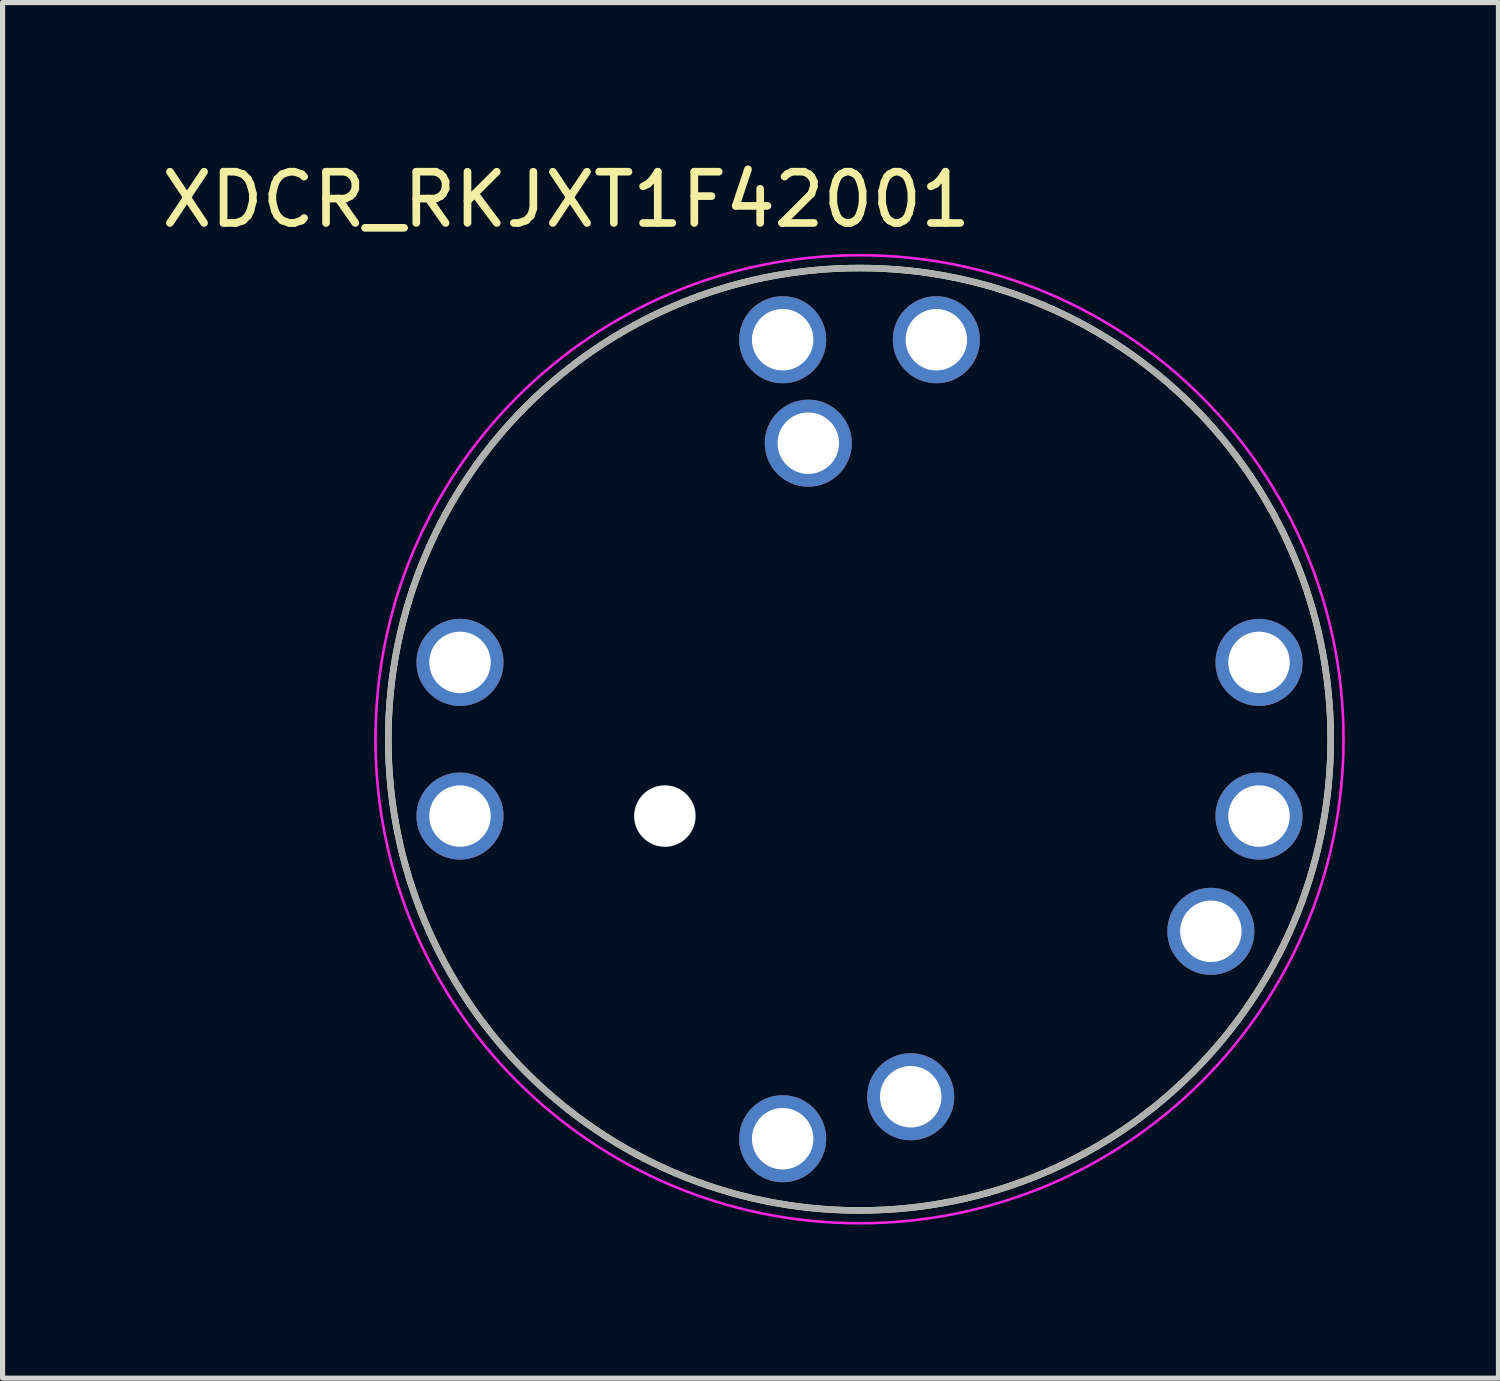
<source format=kicad_pcb>
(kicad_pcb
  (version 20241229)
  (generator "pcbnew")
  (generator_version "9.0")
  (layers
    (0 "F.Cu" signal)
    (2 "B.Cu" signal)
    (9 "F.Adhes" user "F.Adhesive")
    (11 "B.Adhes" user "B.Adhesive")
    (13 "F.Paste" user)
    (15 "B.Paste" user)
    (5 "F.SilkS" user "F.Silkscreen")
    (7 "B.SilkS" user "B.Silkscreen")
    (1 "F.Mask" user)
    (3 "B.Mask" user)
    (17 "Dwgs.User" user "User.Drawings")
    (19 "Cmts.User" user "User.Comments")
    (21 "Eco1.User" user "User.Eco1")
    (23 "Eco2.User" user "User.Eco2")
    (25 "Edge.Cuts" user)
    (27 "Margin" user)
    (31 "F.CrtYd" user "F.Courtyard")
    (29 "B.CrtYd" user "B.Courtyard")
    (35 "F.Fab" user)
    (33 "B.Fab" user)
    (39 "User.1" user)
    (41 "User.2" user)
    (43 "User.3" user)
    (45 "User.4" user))
  (footprint "XDCR_RKJXT1F42001"
    (layer "F.Cu")
    (at 13.731 11.383)
    (property "Reference" "XDCR_RKJXT1F42001" (at -5.725 -10.535 0) (layer "F.SilkS") (effects (font (size 1 1) (thickness 0.15))))
    (attr through_hole)
    (fp_circle (center 0 0) (end 9.2 0) (stroke (width 0.127) (type solid)) (fill no) (layer "F.SilkS"))
    (fp_circle (center 0 0) (end 9.45 0) (stroke (width 0.05) (type solid)) (fill no) (layer "F.CrtYd"))
    (fp_circle (center 0 0) (end 9.2 0) (stroke (width 0.127) (type solid)) (fill no) (layer "F.Fab"))
    (pad "" np_thru_hole circle (at -3.8 1.5) (size 1.2 1.2) (drill 1.2) (layers "*.Cu" "*.Mask"))
    (pad "A" thru_hole circle (at -1.5 7.8) (size 1.7 1.7) (drill 1.2) (layers "*.Cu" "*.Mask"))
    (pad "B" thru_hole circle (at 7.8 1.5) (size 1.7 1.7) (drill 1.2) (layers "*.Cu" "*.Mask"))
    (pad "C" thru_hole circle (at 1.5 -7.8) (size 1.7 1.7) (drill 1.2) (layers "*.Cu" "*.Mask"))
    (pad "COM" thru_hole circle (at -1 -5.78) (size 1.7 1.7) (drill 1.2) (layers "*.Cu" "*.Mask"))
    (pad "D" thru_hole circle (at -7.8 -1.5) (size 1.7 1.7) (drill 1.2) (layers "*.Cu" "*.Mask"))
    (pad "EN_A" thru_hole circle (at -7.8 1.5) (size 1.7 1.7) (drill 1.2) (layers "*.Cu" "*.Mask"))
    (pad "EN_B" thru_hole circle (at 7.8 -1.5) (size 1.7 1.7) (drill 1.2) (layers "*.Cu" "*.Mask"))
    (pad "EN_COM" thru_hole circle (at -1.5 -7.8) (size 1.7 1.7) (drill 1.2) (layers "*.Cu" "*.Mask"))
    (pad "GND" thru_hole circle (at 6.86 3.75) (size 1.7 1.7) (drill 1.2) (layers "*.Cu" "*.Mask"))
    (pad "P" thru_hole circle (at 1 6.98) (size 1.7 1.7) (drill 1.2) (layers "*.Cu" "*.Mask")))
  (gr_rect
    (start -3 -3)
    (end 26.206 23.858)
    (stroke (width 0.1) (type default))
    (fill no)
    (layer "Edge.Cuts")))
</source>
